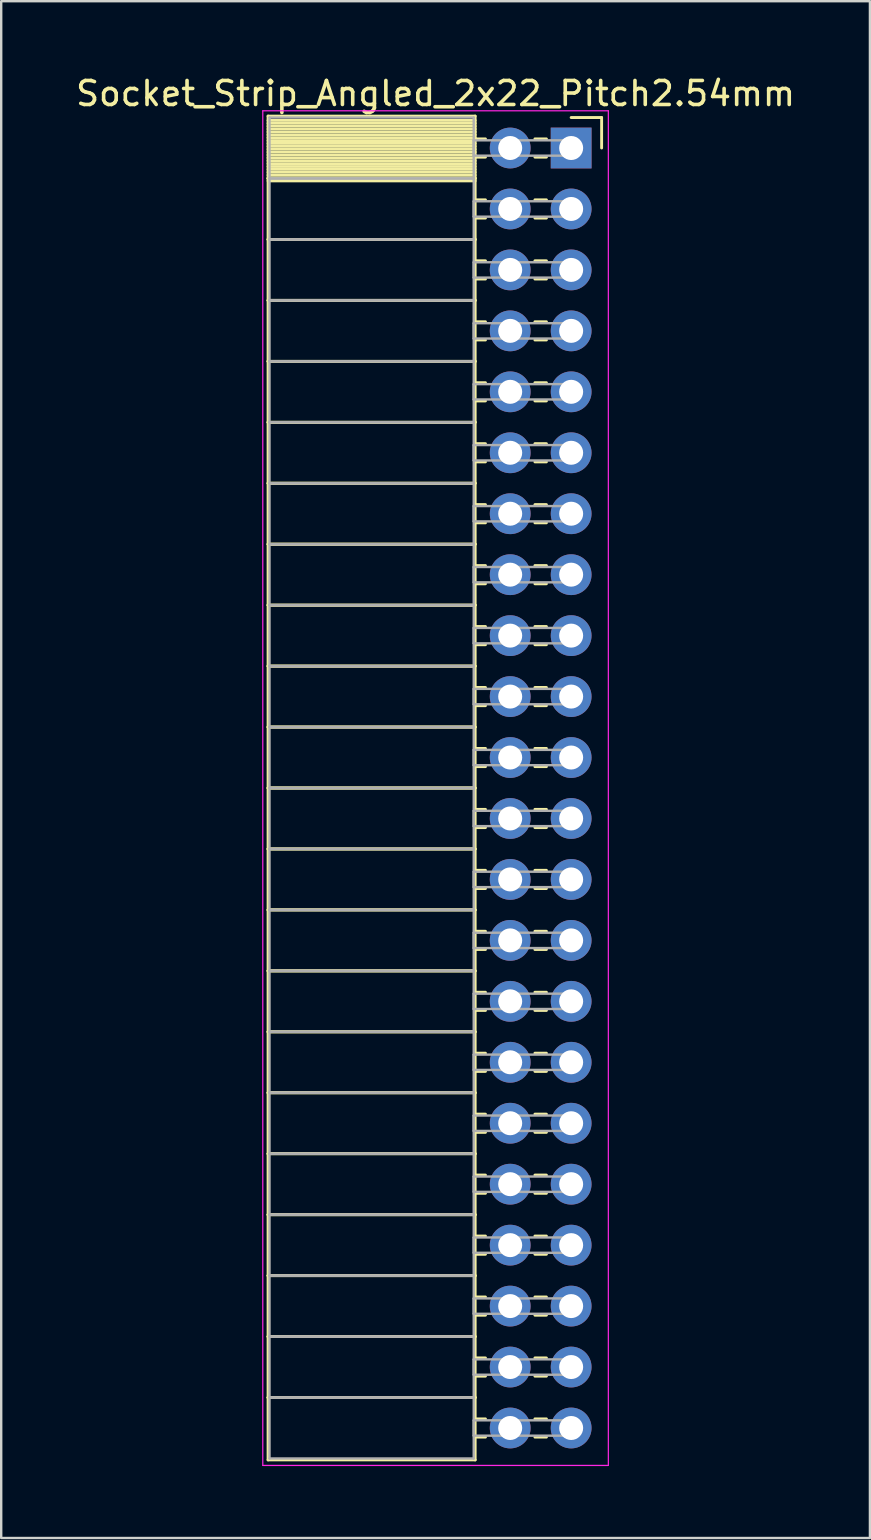
<source format=kicad_pcb>
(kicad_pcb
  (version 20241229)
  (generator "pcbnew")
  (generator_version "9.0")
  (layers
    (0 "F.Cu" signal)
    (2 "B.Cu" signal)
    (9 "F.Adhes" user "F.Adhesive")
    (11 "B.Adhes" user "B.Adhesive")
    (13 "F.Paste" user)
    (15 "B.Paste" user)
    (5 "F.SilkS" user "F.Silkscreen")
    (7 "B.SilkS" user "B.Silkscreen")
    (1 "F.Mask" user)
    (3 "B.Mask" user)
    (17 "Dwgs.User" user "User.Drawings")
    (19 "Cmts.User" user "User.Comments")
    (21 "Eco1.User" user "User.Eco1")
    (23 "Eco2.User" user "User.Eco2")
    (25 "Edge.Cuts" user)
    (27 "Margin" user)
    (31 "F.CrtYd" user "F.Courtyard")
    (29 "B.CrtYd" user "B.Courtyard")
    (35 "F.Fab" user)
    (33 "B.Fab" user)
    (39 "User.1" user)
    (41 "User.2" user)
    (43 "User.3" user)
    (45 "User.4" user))
  (footprint "Socket_Strip_Angled_2x22_Pitch2.54mm"
    (layer "F.Cu")
    (at 20.751 3.118)
    (property "Reference" "Socket_Strip_Angled_2x22_Pitch2.54mm" (at -5.65 -2.27 0) (layer "F.SilkS") (effects (font (size 1 1) (thickness 0.15))))
    (attr through_hole)
    (fp_line (start -12.63 -1.33) (end -4 -1.33) (stroke (width 0.12) (type solid)) (layer "F.SilkS"))
    (fp_line (start -12.63 1.27) (end -12.63 -1.33) (stroke (width 0.12) (type solid)) (layer "F.SilkS"))
    (fp_line (start -12.63 1.27) (end -4 1.27) (stroke (width 0.12) (type solid)) (layer "F.SilkS"))
    (fp_line (start -12.63 3.81) (end -12.63 1.27) (stroke (width 0.12) (type solid)) (layer "F.SilkS"))
    (fp_line (start -12.63 3.81) (end -4 3.81) (stroke (width 0.12) (type solid)) (layer "F.SilkS"))
    (fp_line (start -12.63 6.35) (end -12.63 3.81) (stroke (width 0.12) (type solid)) (layer "F.SilkS"))
    (fp_line (start -12.63 6.35) (end -4 6.35) (stroke (width 0.12) (type solid)) (layer "F.SilkS"))
    (fp_line (start -12.63 8.89) (end -12.63 6.35) (stroke (width 0.12) (type solid)) (layer "F.SilkS"))
    (fp_line (start -12.63 8.89) (end -4 8.89) (stroke (width 0.12) (type solid)) (layer "F.SilkS"))
    (fp_line (start -12.63 11.43) (end -12.63 8.89) (stroke (width 0.12) (type solid)) (layer "F.SilkS"))
    (fp_line (start -12.63 11.43) (end -4 11.43) (stroke (width 0.12) (type solid)) (layer "F.SilkS"))
    (fp_line (start -12.63 13.97) (end -12.63 11.43) (stroke (width 0.12) (type solid)) (layer "F.SilkS"))
    (fp_line (start -12.63 13.97) (end -4 13.97) (stroke (width 0.12) (type solid)) (layer "F.SilkS"))
    (fp_line (start -12.63 16.51) (end -12.63 13.97) (stroke (width 0.12) (type solid)) (layer "F.SilkS"))
    (fp_line (start -12.63 16.51) (end -4 16.51) (stroke (width 0.12) (type solid)) (layer "F.SilkS"))
    (fp_line (start -12.63 19.05) (end -12.63 16.51) (stroke (width 0.12) (type solid)) (layer "F.SilkS"))
    (fp_line (start -12.63 19.05) (end -4 19.05) (stroke (width 0.12) (type solid)) (layer "F.SilkS"))
    (fp_line (start -12.63 21.59) (end -12.63 19.05) (stroke (width 0.12) (type solid)) (layer "F.SilkS"))
    (fp_line (start -12.63 21.59) (end -4 21.59) (stroke (width 0.12) (type solid)) (layer "F.SilkS"))
    (fp_line (start -12.63 24.13) (end -12.63 21.59) (stroke (width 0.12) (type solid)) (layer "F.SilkS"))
    (fp_line (start -12.63 24.13) (end -4 24.13) (stroke (width 0.12) (type solid)) (layer "F.SilkS"))
    (fp_line (start -12.63 26.67) (end -12.63 24.13) (stroke (width 0.12) (type solid)) (layer "F.SilkS"))
    (fp_line (start -12.63 26.67) (end -4 26.67) (stroke (width 0.12) (type solid)) (layer "F.SilkS"))
    (fp_line (start -12.63 29.21) (end -12.63 26.67) (stroke (width 0.12) (type solid)) (layer "F.SilkS"))
    (fp_line (start -12.63 29.21) (end -4 29.21) (stroke (width 0.12) (type solid)) (layer "F.SilkS"))
    (fp_line (start -12.63 31.75) (end -12.63 29.21) (stroke (width 0.12) (type solid)) (layer "F.SilkS"))
    (fp_line (start -12.63 31.75) (end -4 31.75) (stroke (width 0.12) (type solid)) (layer "F.SilkS"))
    (fp_line (start -12.63 34.29) (end -12.63 31.75) (stroke (width 0.12) (type solid)) (layer "F.SilkS"))
    (fp_line (start -12.63 34.29) (end -4 34.29) (stroke (width 0.12) (type solid)) (layer "F.SilkS"))
    (fp_line (start -12.63 36.83) (end -12.63 34.29) (stroke (width 0.12) (type solid)) (layer "F.SilkS"))
    (fp_line (start -12.63 36.83) (end -4 36.83) (stroke (width 0.12) (type solid)) (layer "F.SilkS"))
    (fp_line (start -12.63 39.37) (end -12.63 36.83) (stroke (width 0.12) (type solid)) (layer "F.SilkS"))
    (fp_line (start -12.63 39.37) (end -4 39.37) (stroke (width 0.12) (type solid)) (layer "F.SilkS"))
    (fp_line (start -12.63 41.91) (end -12.63 39.37) (stroke (width 0.12) (type solid)) (layer "F.SilkS"))
    (fp_line (start -12.63 41.91) (end -4 41.91) (stroke (width 0.12) (type solid)) (layer "F.SilkS"))
    (fp_line (start -12.63 44.45) (end -12.63 41.91) (stroke (width 0.12) (type solid)) (layer "F.SilkS"))
    (fp_line (start -12.63 44.45) (end -4 44.45) (stroke (width 0.12) (type solid)) (layer "F.SilkS"))
    (fp_line (start -12.63 46.99) (end -12.63 44.45) (stroke (width 0.12) (type solid)) (layer "F.SilkS"))
    (fp_line (start -12.63 46.99) (end -4 46.99) (stroke (width 0.12) (type solid)) (layer "F.SilkS"))
    (fp_line (start -12.63 49.53) (end -12.63 46.99) (stroke (width 0.12) (type solid)) (layer "F.SilkS"))
    (fp_line (start -12.63 49.53) (end -4 49.53) (stroke (width 0.12) (type solid)) (layer "F.SilkS"))
    (fp_line (start -12.63 52.07) (end -12.63 49.53) (stroke (width 0.12) (type solid)) (layer "F.SilkS"))
    (fp_line (start -12.63 52.07) (end -4 52.07) (stroke (width 0.12) (type solid)) (layer "F.SilkS"))
    (fp_line (start -12.63 54.67) (end -12.63 52.07) (stroke (width 0.12) (type solid)) (layer "F.SilkS"))
    (fp_line (start -4 -1.33) (end -4 1.27) (stroke (width 0.12) (type solid)) (layer "F.SilkS"))
    (fp_line (start -4 -1.15) (end -12.63 -1.15) (stroke (width 0.12) (type solid)) (layer "F.SilkS"))
    (fp_line (start -4 -1.03) (end -12.63 -1.03) (stroke (width 0.12) (type solid)) (layer "F.SilkS"))
    (fp_line (start -4 -0.91) (end -12.63 -0.91) (stroke (width 0.12) (type solid)) (layer "F.SilkS"))
    (fp_line (start -4 -0.79) (end -12.63 -0.79) (stroke (width 0.12) (type solid)) (layer "F.SilkS"))
    (fp_line (start -4 -0.67) (end -12.63 -0.67) (stroke (width 0.12) (type solid)) (layer "F.SilkS"))
    (fp_line (start -4 -0.55) (end -12.63 -0.55) (stroke (width 0.12) (type solid)) (layer "F.SilkS"))
    (fp_line (start -4 -0.43) (end -12.63 -0.43) (stroke (width 0.12) (type solid)) (layer "F.SilkS"))
    (fp_line (start -4 -0.31) (end -12.63 -0.31) (stroke (width 0.12) (type solid)) (layer "F.SilkS"))
    (fp_line (start -4 -0.19) (end -12.63 -0.19) (stroke (width 0.12) (type solid)) (layer "F.SilkS"))
    (fp_line (start -4 -0.07) (end -12.63 -0.07) (stroke (width 0.12) (type solid)) (layer "F.SilkS"))
    (fp_line (start -4 0.05) (end -12.63 0.05) (stroke (width 0.12) (type solid)) (layer "F.SilkS"))
    (fp_line (start -4 0.17) (end -12.63 0.17) (stroke (width 0.12) (type solid)) (layer "F.SilkS"))
    (fp_line (start -4 0.29) (end -12.63 0.29) (stroke (width 0.12) (type solid)) (layer "F.SilkS"))
    (fp_line (start -4 0.41) (end -12.63 0.41) (stroke (width 0.12) (type solid)) (layer "F.SilkS"))
    (fp_line (start -4 0.53) (end -12.63 0.53) (stroke (width 0.12) (type solid)) (layer "F.SilkS"))
    (fp_line (start -4 0.65) (end -12.63 0.65) (stroke (width 0.12) (type solid)) (layer "F.SilkS"))
    (fp_line (start -4 0.77) (end -12.63 0.77) (stroke (width 0.12) (type solid)) (layer "F.SilkS"))
    (fp_line (start -4 0.89) (end -12.63 0.89) (stroke (width 0.12) (type solid)) (layer "F.SilkS"))
    (fp_line (start -4 1.01) (end -12.63 1.01) (stroke (width 0.12) (type solid)) (layer "F.SilkS"))
    (fp_line (start -4 1.13) (end -12.63 1.13) (stroke (width 0.12) (type solid)) (layer "F.SilkS"))
    (fp_line (start -4 1.25) (end -12.63 1.25) (stroke (width 0.12) (type solid)) (layer "F.SilkS"))
    (fp_line (start -4 1.27) (end -12.63 1.27) (stroke (width 0.12) (type solid)) (layer "F.SilkS"))
    (fp_line (start -4 1.27) (end -4 3.81) (stroke (width 0.12) (type solid)) (layer "F.SilkS"))
    (fp_line (start -4 1.37) (end -12.63 1.37) (stroke (width 0.12) (type solid)) (layer "F.SilkS"))
    (fp_line (start -4 3.81) (end -12.63 3.81) (stroke (width 0.12) (type solid)) (layer "F.SilkS"))
    (fp_line (start -4 3.81) (end -4 6.35) (stroke (width 0.12) (type solid)) (layer "F.SilkS"))
    (fp_line (start -4 6.35) (end -12.63 6.35) (stroke (width 0.12) (type solid)) (layer "F.SilkS"))
    (fp_line (start -4 6.35) (end -4 8.89) (stroke (width 0.12) (type solid)) (layer "F.SilkS"))
    (fp_line (start -4 8.89) (end -12.63 8.89) (stroke (width 0.12) (type solid)) (layer "F.SilkS"))
    (fp_line (start -4 8.89) (end -4 11.43) (stroke (width 0.12) (type solid)) (layer "F.SilkS"))
    (fp_line (start -4 11.43) (end -12.63 11.43) (stroke (width 0.12) (type solid)) (layer "F.SilkS"))
    (fp_line (start -4 11.43) (end -4 13.97) (stroke (width 0.12) (type solid)) (layer "F.SilkS"))
    (fp_line (start -4 13.97) (end -12.63 13.97) (stroke (width 0.12) (type solid)) (layer "F.SilkS"))
    (fp_line (start -4 13.97) (end -4 16.51) (stroke (width 0.12) (type solid)) (layer "F.SilkS"))
    (fp_line (start -4 16.51) (end -12.63 16.51) (stroke (width 0.12) (type solid)) (layer "F.SilkS"))
    (fp_line (start -4 16.51) (end -4 19.05) (stroke (width 0.12) (type solid)) (layer "F.SilkS"))
    (fp_line (start -4 19.05) (end -12.63 19.05) (stroke (width 0.12) (type solid)) (layer "F.SilkS"))
    (fp_line (start -4 19.05) (end -4 21.59) (stroke (width 0.12) (type solid)) (layer "F.SilkS"))
    (fp_line (start -4 21.59) (end -12.63 21.59) (stroke (width 0.12) (type solid)) (layer "F.SilkS"))
    (fp_line (start -4 21.59) (end -4 24.13) (stroke (width 0.12) (type solid)) (layer "F.SilkS"))
    (fp_line (start -4 24.13) (end -12.63 24.13) (stroke (width 0.12) (type solid)) (layer "F.SilkS"))
    (fp_line (start -4 24.13) (end -4 26.67) (stroke (width 0.12) (type solid)) (layer "F.SilkS"))
    (fp_line (start -4 26.67) (end -12.63 26.67) (stroke (width 0.12) (type solid)) (layer "F.SilkS"))
    (fp_line (start -4 26.67) (end -4 29.21) (stroke (width 0.12) (type solid)) (layer "F.SilkS"))
    (fp_line (start -4 29.21) (end -12.63 29.21) (stroke (width 0.12) (type solid)) (layer "F.SilkS"))
    (fp_line (start -4 29.21) (end -4 31.75) (stroke (width 0.12) (type solid)) (layer "F.SilkS"))
    (fp_line (start -4 31.75) (end -12.63 31.75) (stroke (width 0.12) (type solid)) (layer "F.SilkS"))
    (fp_line (start -4 31.75) (end -4 34.29) (stroke (width 0.12) (type solid)) (layer "F.SilkS"))
    (fp_line (start -4 34.29) (end -12.63 34.29) (stroke (width 0.12) (type solid)) (layer "F.SilkS"))
    (fp_line (start -4 34.29) (end -4 36.83) (stroke (width 0.12) (type solid)) (layer "F.SilkS"))
    (fp_line (start -4 36.83) (end -12.63 36.83) (stroke (width 0.12) (type solid)) (layer "F.SilkS"))
    (fp_line (start -4 36.83) (end -4 39.37) (stroke (width 0.12) (type solid)) (layer "F.SilkS"))
    (fp_line (start -4 39.37) (end -12.63 39.37) (stroke (width 0.12) (type solid)) (layer "F.SilkS"))
    (fp_line (start -4 39.37) (end -4 41.91) (stroke (width 0.12) (type solid)) (layer "F.SilkS"))
    (fp_line (start -4 41.91) (end -12.63 41.91) (stroke (width 0.12) (type solid)) (layer "F.SilkS"))
    (fp_line (start -4 41.91) (end -4 44.45) (stroke (width 0.12) (type solid)) (layer "F.SilkS"))
    (fp_line (start -4 44.45) (end -12.63 44.45) (stroke (width 0.12) (type solid)) (layer "F.SilkS"))
    (fp_line (start -4 44.45) (end -4 46.99) (stroke (width 0.12) (type solid)) (layer "F.SilkS"))
    (fp_line (start -4 46.99) (end -12.63 46.99) (stroke (width 0.12) (type solid)) (layer "F.SilkS"))
    (fp_line (start -4 46.99) (end -4 49.53) (stroke (width 0.12) (type solid)) (layer "F.SilkS"))
    (fp_line (start -4 49.53) (end -12.63 49.53) (stroke (width 0.12) (type solid)) (layer "F.SilkS"))
    (fp_line (start -4 49.53) (end -4 52.07) (stroke (width 0.12) (type solid)) (layer "F.SilkS"))
    (fp_line (start -4 52.07) (end -12.63 52.07) (stroke (width 0.12) (type solid)) (layer "F.SilkS"))
    (fp_line (start -4 52.07) (end -4 54.67) (stroke (width 0.12) (type solid)) (layer "F.SilkS"))
    (fp_line (start -4 54.67) (end -12.63 54.67) (stroke (width 0.12) (type solid)) (layer "F.SilkS"))
    (fp_line (start -3.57 -0.38) (end -4 -0.38) (stroke (width 0.12) (type solid)) (layer "F.SilkS"))
    (fp_line (start -3.57 0.38) (end -4 0.38) (stroke (width 0.12) (type solid)) (layer "F.SilkS"))
    (fp_line (start -3.57 2.16) (end -4 2.16) (stroke (width 0.12) (type solid)) (layer "F.SilkS"))
    (fp_line (start -3.57 2.92) (end -4 2.92) (stroke (width 0.12) (type solid)) (layer "F.SilkS"))
    (fp_line (start -3.57 4.7) (end -4 4.7) (stroke (width 0.12) (type solid)) (layer "F.SilkS"))
    (fp_line (start -3.57 5.46) (end -4 5.46) (stroke (width 0.12) (type solid)) (layer "F.SilkS"))
    (fp_line (start -3.57 7.24) (end -4 7.24) (stroke (width 0.12) (type solid)) (layer "F.SilkS"))
    (fp_line (start -3.57 8) (end -4 8) (stroke (width 0.12) (type solid)) (layer "F.SilkS"))
    (fp_line (start -3.57 9.78) (end -4 9.78) (stroke (width 0.12) (type solid)) (layer "F.SilkS"))
    (fp_line (start -3.57 10.54) (end -4 10.54) (stroke (width 0.12) (type solid)) (layer "F.SilkS"))
    (fp_line (start -3.57 12.32) (end -4 12.32) (stroke (width 0.12) (type solid)) (layer "F.SilkS"))
    (fp_line (start -3.57 13.08) (end -4 13.08) (stroke (width 0.12) (type solid)) (layer "F.SilkS"))
    (fp_line (start -3.57 14.86) (end -4 14.86) (stroke (width 0.12) (type solid)) (layer "F.SilkS"))
    (fp_line (start -3.57 15.62) (end -4 15.62) (stroke (width 0.12) (type solid)) (layer "F.SilkS"))
    (fp_line (start -3.57 17.4) (end -4 17.4) (stroke (width 0.12) (type solid)) (layer "F.SilkS"))
    (fp_line (start -3.57 18.16) (end -4 18.16) (stroke (width 0.12) (type solid)) (layer "F.SilkS"))
    (fp_line (start -3.57 19.94) (end -4 19.94) (stroke (width 0.12) (type solid)) (layer "F.SilkS"))
    (fp_line (start -3.57 20.7) (end -4 20.7) (stroke (width 0.12) (type solid)) (layer "F.SilkS"))
    (fp_line (start -3.57 22.48) (end -4 22.48) (stroke (width 0.12) (type solid)) (layer "F.SilkS"))
    (fp_line (start -3.57 23.24) (end -4 23.24) (stroke (width 0.12) (type solid)) (layer "F.SilkS"))
    (fp_line (start -3.57 25.02) (end -4 25.02) (stroke (width 0.12) (type solid)) (layer "F.SilkS"))
    (fp_line (start -3.57 25.78) (end -4 25.78) (stroke (width 0.12) (type solid)) (layer "F.SilkS"))
    (fp_line (start -3.57 27.56) (end -4 27.56) (stroke (width 0.12) (type solid)) (layer "F.SilkS"))
    (fp_line (start -3.57 28.32) (end -4 28.32) (stroke (width 0.12) (type solid)) (layer "F.SilkS"))
    (fp_line (start -3.57 30.1) (end -4 30.1) (stroke (width 0.12) (type solid)) (layer "F.SilkS"))
    (fp_line (start -3.57 30.86) (end -4 30.86) (stroke (width 0.12) (type solid)) (layer "F.SilkS"))
    (fp_line (start -3.57 32.64) (end -4 32.64) (stroke (width 0.12) (type solid)) (layer "F.SilkS"))
    (fp_line (start -3.57 33.4) (end -4 33.4) (stroke (width 0.12) (type solid)) (layer "F.SilkS"))
    (fp_line (start -3.57 35.18) (end -4 35.18) (stroke (width 0.12) (type solid)) (layer "F.SilkS"))
    (fp_line (start -3.57 35.94) (end -4 35.94) (stroke (width 0.12) (type solid)) (layer "F.SilkS"))
    (fp_line (start -3.57 37.72) (end -4 37.72) (stroke (width 0.12) (type solid)) (layer "F.SilkS"))
    (fp_line (start -3.57 38.48) (end -4 38.48) (stroke (width 0.12) (type solid)) (layer "F.SilkS"))
    (fp_line (start -3.57 40.26) (end -4 40.26) (stroke (width 0.12) (type solid)) (layer "F.SilkS"))
    (fp_line (start -3.57 41.02) (end -4 41.02) (stroke (width 0.12) (type solid)) (layer "F.SilkS"))
    (fp_line (start -3.57 42.8) (end -4 42.8) (stroke (width 0.12) (type solid)) (layer "F.SilkS"))
    (fp_line (start -3.57 43.56) (end -4 43.56) (stroke (width 0.12) (type solid)) (layer "F.SilkS"))
    (fp_line (start -3.57 45.34) (end -4 45.34) (stroke (width 0.12) (type solid)) (layer "F.SilkS"))
    (fp_line (start -3.57 46.1) (end -4 46.1) (stroke (width 0.12) (type solid)) (layer "F.SilkS"))
    (fp_line (start -3.57 47.88) (end -4 47.88) (stroke (width 0.12) (type solid)) (layer "F.SilkS"))
    (fp_line (start -3.57 48.64) (end -4 48.64) (stroke (width 0.12) (type solid)) (layer "F.SilkS"))
    (fp_line (start -3.57 50.42) (end -4 50.42) (stroke (width 0.12) (type solid)) (layer "F.SilkS"))
    (fp_line (start -3.57 51.18) (end -4 51.18) (stroke (width 0.12) (type solid)) (layer "F.SilkS"))
    (fp_line (start -3.57 52.96) (end -4 52.96) (stroke (width 0.12) (type solid)) (layer "F.SilkS"))
    (fp_line (start -3.57 53.72) (end -4 53.72) (stroke (width 0.12) (type solid)) (layer "F.SilkS"))
    (fp_line (start -1.03 -0.38) (end -1.51 -0.38) (stroke (width 0.12) (type solid)) (layer "F.SilkS"))
    (fp_line (start -1.03 0.38) (end -1.51 0.38) (stroke (width 0.12) (type solid)) (layer "F.SilkS"))
    (fp_line (start -1.03 2.16) (end -1.51 2.16) (stroke (width 0.12) (type solid)) (layer "F.SilkS"))
    (fp_line (start -1.03 2.92) (end -1.51 2.92) (stroke (width 0.12) (type solid)) (layer "F.SilkS"))
    (fp_line (start -1.03 4.7) (end -1.51 4.7) (stroke (width 0.12) (type solid)) (layer "F.SilkS"))
    (fp_line (start -1.03 5.46) (end -1.51 5.46) (stroke (width 0.12) (type solid)) (layer "F.SilkS"))
    (fp_line (start -1.03 7.24) (end -1.51 7.24) (stroke (width 0.12) (type solid)) (layer "F.SilkS"))
    (fp_line (start -1.03 8) (end -1.51 8) (stroke (width 0.12) (type solid)) (layer "F.SilkS"))
    (fp_line (start -1.03 9.78) (end -1.51 9.78) (stroke (width 0.12) (type solid)) (layer "F.SilkS"))
    (fp_line (start -1.03 10.54) (end -1.51 10.54) (stroke (width 0.12) (type solid)) (layer "F.SilkS"))
    (fp_line (start -1.03 12.32) (end -1.51 12.32) (stroke (width 0.12) (type solid)) (layer "F.SilkS"))
    (fp_line (start -1.03 13.08) (end -1.51 13.08) (stroke (width 0.12) (type solid)) (layer "F.SilkS"))
    (fp_line (start -1.03 14.86) (end -1.51 14.86) (stroke (width 0.12) (type solid)) (layer "F.SilkS"))
    (fp_line (start -1.03 15.62) (end -1.51 15.62) (stroke (width 0.12) (type solid)) (layer "F.SilkS"))
    (fp_line (start -1.03 17.4) (end -1.51 17.4) (stroke (width 0.12) (type solid)) (layer "F.SilkS"))
    (fp_line (start -1.03 18.16) (end -1.51 18.16) (stroke (width 0.12) (type solid)) (layer "F.SilkS"))
    (fp_line (start -1.03 19.94) (end -1.51 19.94) (stroke (width 0.12) (type solid)) (layer "F.SilkS"))
    (fp_line (start -1.03 20.7) (end -1.51 20.7) (stroke (width 0.12) (type solid)) (layer "F.SilkS"))
    (fp_line (start -1.03 22.48) (end -1.51 22.48) (stroke (width 0.12) (type solid)) (layer "F.SilkS"))
    (fp_line (start -1.03 23.24) (end -1.51 23.24) (stroke (width 0.12) (type solid)) (layer "F.SilkS"))
    (fp_line (start -1.03 25.02) (end -1.51 25.02) (stroke (width 0.12) (type solid)) (layer "F.SilkS"))
    (fp_line (start -1.03 25.78) (end -1.51 25.78) (stroke (width 0.12) (type solid)) (layer "F.SilkS"))
    (fp_line (start -1.03 27.56) (end -1.51 27.56) (stroke (width 0.12) (type solid)) (layer "F.SilkS"))
    (fp_line (start -1.03 28.32) (end -1.51 28.32) (stroke (width 0.12) (type solid)) (layer "F.SilkS"))
    (fp_line (start -1.03 30.1) (end -1.51 30.1) (stroke (width 0.12) (type solid)) (layer "F.SilkS"))
    (fp_line (start -1.03 30.86) (end -1.51 30.86) (stroke (width 0.12) (type solid)) (layer "F.SilkS"))
    (fp_line (start -1.03 32.64) (end -1.51 32.64) (stroke (width 0.12) (type solid)) (layer "F.SilkS"))
    (fp_line (start -1.03 33.4) (end -1.51 33.4) (stroke (width 0.12) (type solid)) (layer "F.SilkS"))
    (fp_line (start -1.03 35.18) (end -1.51 35.18) (stroke (width 0.12) (type solid)) (layer "F.SilkS"))
    (fp_line (start -1.03 35.94) (end -1.51 35.94) (stroke (width 0.12) (type solid)) (layer "F.SilkS"))
    (fp_line (start -1.03 37.72) (end -1.51 37.72) (stroke (width 0.12) (type solid)) (layer "F.SilkS"))
    (fp_line (start -1.03 38.48) (end -1.51 38.48) (stroke (width 0.12) (type solid)) (layer "F.SilkS"))
    (fp_line (start -1.03 40.26) (end -1.51 40.26) (stroke (width 0.12) (type solid)) (layer "F.SilkS"))
    (fp_line (start -1.03 41.02) (end -1.51 41.02) (stroke (width 0.12) (type solid)) (layer "F.SilkS"))
    (fp_line (start -1.03 42.8) (end -1.51 42.8) (stroke (width 0.12) (type solid)) (layer "F.SilkS"))
    (fp_line (start -1.03 43.56) (end -1.51 43.56) (stroke (width 0.12) (type solid)) (layer "F.SilkS"))
    (fp_line (start -1.03 45.34) (end -1.51 45.34) (stroke (width 0.12) (type solid)) (layer "F.SilkS"))
    (fp_line (start -1.03 46.1) (end -1.51 46.1) (stroke (width 0.12) (type solid)) (layer "F.SilkS"))
    (fp_line (start -1.03 47.88) (end -1.51 47.88) (stroke (width 0.12) (type solid)) (layer "F.SilkS"))
    (fp_line (start -1.03 48.64) (end -1.51 48.64) (stroke (width 0.12) (type solid)) (layer "F.SilkS"))
    (fp_line (start -1.03 50.42) (end -1.51 50.42) (stroke (width 0.12) (type solid)) (layer "F.SilkS"))
    (fp_line (start -1.03 51.18) (end -1.51 51.18) (stroke (width 0.12) (type solid)) (layer "F.SilkS"))
    (fp_line (start -1.03 52.96) (end -1.51 52.96) (stroke (width 0.12) (type solid)) (layer "F.SilkS"))
    (fp_line (start -1.03 53.72) (end -1.51 53.72) (stroke (width 0.12) (type solid)) (layer "F.SilkS"))
    (fp_line (start 0 -1.27) (end 1.27 -1.27) (stroke (width 0.12) (type solid)) (layer "F.SilkS"))
    (fp_line (start 1.27 -1.27) (end 1.27 0) (stroke (width 0.12) (type solid)) (layer "F.SilkS"))
    (fp_line (start -12.85 -1.55) (end 1.55 -1.55) (stroke (width 0.05) (type solid)) (layer "F.CrtYd"))
    (fp_line (start -12.85 54.9) (end -12.85 -1.55) (stroke (width 0.05) (type solid)) (layer "F.CrtYd"))
    (fp_line (start 1.55 -1.55) (end 1.55 54.9) (stroke (width 0.05) (type solid)) (layer "F.CrtYd"))
    (fp_line (start 1.55 54.9) (end -12.85 54.9) (stroke (width 0.05) (type solid)) (layer "F.CrtYd"))
    (fp_line (start -12.57 -1.27) (end -4.06 -1.27) (stroke (width 0.1) (type solid)) (layer "F.Fab"))
    (fp_line (start -12.57 1.27) (end -12.57 -1.27) (stroke (width 0.1) (type solid)) (layer "F.Fab"))
    (fp_line (start -12.57 1.27) (end -4.06 1.27) (stroke (width 0.1) (type solid)) (layer "F.Fab"))
    (fp_line (start -12.57 3.81) (end -12.57 1.27) (stroke (width 0.1) (type solid)) (layer "F.Fab"))
    (fp_line (start -12.57 3.81) (end -4.06 3.81) (stroke (width 0.1) (type solid)) (layer "F.Fab"))
    (fp_line (start -12.57 6.35) (end -12.57 3.81) (stroke (width 0.1) (type solid)) (layer "F.Fab"))
    (fp_line (start -12.57 6.35) (end -4.06 6.35) (stroke (width 0.1) (type solid)) (layer "F.Fab"))
    (fp_line (start -12.57 8.89) (end -12.57 6.35) (stroke (width 0.1) (type solid)) (layer "F.Fab"))
    (fp_line (start -12.57 8.89) (end -4.06 8.89) (stroke (width 0.1) (type solid)) (layer "F.Fab"))
    (fp_line (start -12.57 11.43) (end -12.57 8.89) (stroke (width 0.1) (type solid)) (layer "F.Fab"))
    (fp_line (start -12.57 11.43) (end -4.06 11.43) (stroke (width 0.1) (type solid)) (layer "F.Fab"))
    (fp_line (start -12.57 13.97) (end -12.57 11.43) (stroke (width 0.1) (type solid)) (layer "F.Fab"))
    (fp_line (start -12.57 13.97) (end -4.06 13.97) (stroke (width 0.1) (type solid)) (layer "F.Fab"))
    (fp_line (start -12.57 16.51) (end -12.57 13.97) (stroke (width 0.1) (type solid)) (layer "F.Fab"))
    (fp_line (start -12.57 16.51) (end -4.06 16.51) (stroke (width 0.1) (type solid)) (layer "F.Fab"))
    (fp_line (start -12.57 19.05) (end -12.57 16.51) (stroke (width 0.1) (type solid)) (layer "F.Fab"))
    (fp_line (start -12.57 19.05) (end -4.06 19.05) (stroke (width 0.1) (type solid)) (layer "F.Fab"))
    (fp_line (start -12.57 21.59) (end -12.57 19.05) (stroke (width 0.1) (type solid)) (layer "F.Fab"))
    (fp_line (start -12.57 21.59) (end -4.06 21.59) (stroke (width 0.1) (type solid)) (layer "F.Fab"))
    (fp_line (start -12.57 24.13) (end -12.57 21.59) (stroke (width 0.1) (type solid)) (layer "F.Fab"))
    (fp_line (start -12.57 24.13) (end -4.06 24.13) (stroke (width 0.1) (type solid)) (layer "F.Fab"))
    (fp_line (start -12.57 26.67) (end -12.57 24.13) (stroke (width 0.1) (type solid)) (layer "F.Fab"))
    (fp_line (start -12.57 26.67) (end -4.06 26.67) (stroke (width 0.1) (type solid)) (layer "F.Fab"))
    (fp_line (start -12.57 29.21) (end -12.57 26.67) (stroke (width 0.1) (type solid)) (layer "F.Fab"))
    (fp_line (start -12.57 29.21) (end -4.06 29.21) (stroke (width 0.1) (type solid)) (layer "F.Fab"))
    (fp_line (start -12.57 31.75) (end -12.57 29.21) (stroke (width 0.1) (type solid)) (layer "F.Fab"))
    (fp_line (start -12.57 31.75) (end -4.06 31.75) (stroke (width 0.1) (type solid)) (layer "F.Fab"))
    (fp_line (start -12.57 34.29) (end -12.57 31.75) (stroke (width 0.1) (type solid)) (layer "F.Fab"))
    (fp_line (start -12.57 34.29) (end -4.06 34.29) (stroke (width 0.1) (type solid)) (layer "F.Fab"))
    (fp_line (start -12.57 36.83) (end -12.57 34.29) (stroke (width 0.1) (type solid)) (layer "F.Fab"))
    (fp_line (start -12.57 36.83) (end -4.06 36.83) (stroke (width 0.1) (type solid)) (layer "F.Fab"))
    (fp_line (start -12.57 39.37) (end -12.57 36.83) (stroke (width 0.1) (type solid)) (layer "F.Fab"))
    (fp_line (start -12.57 39.37) (end -4.06 39.37) (stroke (width 0.1) (type solid)) (layer "F.Fab"))
    (fp_line (start -12.57 41.91) (end -12.57 39.37) (stroke (width 0.1) (type solid)) (layer "F.Fab"))
    (fp_line (start -12.57 41.91) (end -4.06 41.91) (stroke (width 0.1) (type solid)) (layer "F.Fab"))
    (fp_line (start -12.57 44.45) (end -12.57 41.91) (stroke (width 0.1) (type solid)) (layer "F.Fab"))
    (fp_line (start -12.57 44.45) (end -4.06 44.45) (stroke (width 0.1) (type solid)) (layer "F.Fab"))
    (fp_line (start -12.57 46.99) (end -12.57 44.45) (stroke (width 0.1) (type solid)) (layer "F.Fab"))
    (fp_line (start -12.57 46.99) (end -4.06 46.99) (stroke (width 0.1) (type solid)) (layer "F.Fab"))
    (fp_line (start -12.57 49.53) (end -12.57 46.99) (stroke (width 0.1) (type solid)) (layer "F.Fab"))
    (fp_line (start -12.57 49.53) (end -4.06 49.53) (stroke (width 0.1) (type solid)) (layer "F.Fab"))
    (fp_line (start -12.57 52.07) (end -12.57 49.53) (stroke (width 0.1) (type solid)) (layer "F.Fab"))
    (fp_line (start -12.57 52.07) (end -4.06 52.07) (stroke (width 0.1) (type solid)) (layer "F.Fab"))
    (fp_line (start -12.57 54.61) (end -12.57 52.07) (stroke (width 0.1) (type solid)) (layer "F.Fab"))
    (fp_line (start -4.06 -1.27) (end -4.06 1.27) (stroke (width 0.1) (type solid)) (layer "F.Fab"))
    (fp_line (start -4.06 -0.32) (end 0 -0.32) (stroke (width 0.1) (type solid)) (layer "F.Fab"))
    (fp_line (start -4.06 0.32) (end -4.06 -0.32) (stroke (width 0.1) (type solid)) (layer "F.Fab"))
    (fp_line (start -4.06 1.27) (end -12.57 1.27) (stroke (width 0.1) (type solid)) (layer "F.Fab"))
    (fp_line (start -4.06 1.27) (end -4.06 3.81) (stroke (width 0.1) (type solid)) (layer "F.Fab"))
    (fp_line (start -4.06 2.22) (end 0 2.22) (stroke (width 0.1) (type solid)) (layer "F.Fab"))
    (fp_line (start -4.06 2.86) (end -4.06 2.22) (stroke (width 0.1) (type solid)) (layer "F.Fab"))
    (fp_line (start -4.06 3.81) (end -12.57 3.81) (stroke (width 0.1) (type solid)) (layer "F.Fab"))
    (fp_line (start -4.06 3.81) (end -4.06 6.35) (stroke (width 0.1) (type solid)) (layer "F.Fab"))
    (fp_line (start -4.06 4.76) (end 0 4.76) (stroke (width 0.1) (type solid)) (layer "F.Fab"))
    (fp_line (start -4.06 5.4) (end -4.06 4.76) (stroke (width 0.1) (type solid)) (layer "F.Fab"))
    (fp_line (start -4.06 6.35) (end -12.57 6.35) (stroke (width 0.1) (type solid)) (layer "F.Fab"))
    (fp_line (start -4.06 6.35) (end -4.06 8.89) (stroke (width 0.1) (type solid)) (layer "F.Fab"))
    (fp_line (start -4.06 7.3) (end 0 7.3) (stroke (width 0.1) (type solid)) (layer "F.Fab"))
    (fp_line (start -4.06 7.94) (end -4.06 7.3) (stroke (width 0.1) (type solid)) (layer "F.Fab"))
    (fp_line (start -4.06 8.89) (end -12.57 8.89) (stroke (width 0.1) (type solid)) (layer "F.Fab"))
    (fp_line (start -4.06 8.89) (end -4.06 11.43) (stroke (width 0.1) (type solid)) (layer "F.Fab"))
    (fp_line (start -4.06 9.84) (end 0 9.84) (stroke (width 0.1) (type solid)) (layer "F.Fab"))
    (fp_line (start -4.06 10.48) (end -4.06 9.84) (stroke (width 0.1) (type solid)) (layer "F.Fab"))
    (fp_line (start -4.06 11.43) (end -12.57 11.43) (stroke (width 0.1) (type solid)) (layer "F.Fab"))
    (fp_line (start -4.06 11.43) (end -4.06 13.97) (stroke (width 0.1) (type solid)) (layer "F.Fab"))
    (fp_line (start -4.06 12.38) (end 0 12.38) (stroke (width 0.1) (type solid)) (layer "F.Fab"))
    (fp_line (start -4.06 13.02) (end -4.06 12.38) (stroke (width 0.1) (type solid)) (layer "F.Fab"))
    (fp_line (start -4.06 13.97) (end -12.57 13.97) (stroke (width 0.1) (type solid)) (layer "F.Fab"))
    (fp_line (start -4.06 13.97) (end -4.06 16.51) (stroke (width 0.1) (type solid)) (layer "F.Fab"))
    (fp_line (start -4.06 14.92) (end 0 14.92) (stroke (width 0.1) (type solid)) (layer "F.Fab"))
    (fp_line (start -4.06 15.56) (end -4.06 14.92) (stroke (width 0.1) (type solid)) (layer "F.Fab"))
    (fp_line (start -4.06 16.51) (end -12.57 16.51) (stroke (width 0.1) (type solid)) (layer "F.Fab"))
    (fp_line (start -4.06 16.51) (end -4.06 19.05) (stroke (width 0.1) (type solid)) (layer "F.Fab"))
    (fp_line (start -4.06 17.46) (end 0 17.46) (stroke (width 0.1) (type solid)) (layer "F.Fab"))
    (fp_line (start -4.06 18.1) (end -4.06 17.46) (stroke (width 0.1) (type solid)) (layer "F.Fab"))
    (fp_line (start -4.06 19.05) (end -12.57 19.05) (stroke (width 0.1) (type solid)) (layer "F.Fab"))
    (fp_line (start -4.06 19.05) (end -4.06 21.59) (stroke (width 0.1) (type solid)) (layer "F.Fab"))
    (fp_line (start -4.06 20) (end 0 20) (stroke (width 0.1) (type solid)) (layer "F.Fab"))
    (fp_line (start -4.06 20.64) (end -4.06 20) (stroke (width 0.1) (type solid)) (layer "F.Fab"))
    (fp_line (start -4.06 21.59) (end -12.57 21.59) (stroke (width 0.1) (type solid)) (layer "F.Fab"))
    (fp_line (start -4.06 21.59) (end -4.06 24.13) (stroke (width 0.1) (type solid)) (layer "F.Fab"))
    (fp_line (start -4.06 22.54) (end 0 22.54) (stroke (width 0.1) (type solid)) (layer "F.Fab"))
    (fp_line (start -4.06 23.18) (end -4.06 22.54) (stroke (width 0.1) (type solid)) (layer "F.Fab"))
    (fp_line (start -4.06 24.13) (end -12.57 24.13) (stroke (width 0.1) (type solid)) (layer "F.Fab"))
    (fp_line (start -4.06 24.13) (end -4.06 26.67) (stroke (width 0.1) (type solid)) (layer "F.Fab"))
    (fp_line (start -4.06 25.08) (end 0 25.08) (stroke (width 0.1) (type solid)) (layer "F.Fab"))
    (fp_line (start -4.06 25.72) (end -4.06 25.08) (stroke (width 0.1) (type solid)) (layer "F.Fab"))
    (fp_line (start -4.06 26.67) (end -12.57 26.67) (stroke (width 0.1) (type solid)) (layer "F.Fab"))
    (fp_line (start -4.06 26.67) (end -4.06 29.21) (stroke (width 0.1) (type solid)) (layer "F.Fab"))
    (fp_line (start -4.06 27.62) (end 0 27.62) (stroke (width 0.1) (type solid)) (layer "F.Fab"))
    (fp_line (start -4.06 28.26) (end -4.06 27.62) (stroke (width 0.1) (type solid)) (layer "F.Fab"))
    (fp_line (start -4.06 29.21) (end -12.57 29.21) (stroke (width 0.1) (type solid)) (layer "F.Fab"))
    (fp_line (start -4.06 29.21) (end -4.06 31.75) (stroke (width 0.1) (type solid)) (layer "F.Fab"))
    (fp_line (start -4.06 30.16) (end 0 30.16) (stroke (width 0.1) (type solid)) (layer "F.Fab"))
    (fp_line (start -4.06 30.8) (end -4.06 30.16) (stroke (width 0.1) (type solid)) (layer "F.Fab"))
    (fp_line (start -4.06 31.75) (end -12.57 31.75) (stroke (width 0.1) (type solid)) (layer "F.Fab"))
    (fp_line (start -4.06 31.75) (end -4.06 34.29) (stroke (width 0.1) (type solid)) (layer "F.Fab"))
    (fp_line (start -4.06 32.7) (end 0 32.7) (stroke (width 0.1) (type solid)) (layer "F.Fab"))
    (fp_line (start -4.06 33.34) (end -4.06 32.7) (stroke (width 0.1) (type solid)) (layer "F.Fab"))
    (fp_line (start -4.06 34.29) (end -12.57 34.29) (stroke (width 0.1) (type solid)) (layer "F.Fab"))
    (fp_line (start -4.06 34.29) (end -4.06 36.83) (stroke (width 0.1) (type solid)) (layer "F.Fab"))
    (fp_line (start -4.06 35.24) (end 0 35.24) (stroke (width 0.1) (type solid)) (layer "F.Fab"))
    (fp_line (start -4.06 35.88) (end -4.06 35.24) (stroke (width 0.1) (type solid)) (layer "F.Fab"))
    (fp_line (start -4.06 36.83) (end -12.57 36.83) (stroke (width 0.1) (type solid)) (layer "F.Fab"))
    (fp_line (start -4.06 36.83) (end -4.06 39.37) (stroke (width 0.1) (type solid)) (layer "F.Fab"))
    (fp_line (start -4.06 37.78) (end 0 37.78) (stroke (width 0.1) (type solid)) (layer "F.Fab"))
    (fp_line (start -4.06 38.42) (end -4.06 37.78) (stroke (width 0.1) (type solid)) (layer "F.Fab"))
    (fp_line (start -4.06 39.37) (end -12.57 39.37) (stroke (width 0.1) (type solid)) (layer "F.Fab"))
    (fp_line (start -4.06 39.37) (end -4.06 41.91) (stroke (width 0.1) (type solid)) (layer "F.Fab"))
    (fp_line (start -4.06 40.32) (end 0 40.32) (stroke (width 0.1) (type solid)) (layer "F.Fab"))
    (fp_line (start -4.06 40.96) (end -4.06 40.32) (stroke (width 0.1) (type solid)) (layer "F.Fab"))
    (fp_line (start -4.06 41.91) (end -12.57 41.91) (stroke (width 0.1) (type solid)) (layer "F.Fab"))
    (fp_line (start -4.06 41.91) (end -4.06 44.45) (stroke (width 0.1) (type solid)) (layer "F.Fab"))
    (fp_line (start -4.06 42.86) (end 0 42.86) (stroke (width 0.1) (type solid)) (layer "F.Fab"))
    (fp_line (start -4.06 43.5) (end -4.06 42.86) (stroke (width 0.1) (type solid)) (layer "F.Fab"))
    (fp_line (start -4.06 44.45) (end -12.57 44.45) (stroke (width 0.1) (type solid)) (layer "F.Fab"))
    (fp_line (start -4.06 44.45) (end -4.06 46.99) (stroke (width 0.1) (type solid)) (layer "F.Fab"))
    (fp_line (start -4.06 45.4) (end 0 45.4) (stroke (width 0.1) (type solid)) (layer "F.Fab"))
    (fp_line (start -4.06 46.04) (end -4.06 45.4) (stroke (width 0.1) (type solid)) (layer "F.Fab"))
    (fp_line (start -4.06 46.99) (end -12.57 46.99) (stroke (width 0.1) (type solid)) (layer "F.Fab"))
    (fp_line (start -4.06 46.99) (end -4.06 49.53) (stroke (width 0.1) (type solid)) (layer "F.Fab"))
    (fp_line (start -4.06 47.94) (end 0 47.94) (stroke (width 0.1) (type solid)) (layer "F.Fab"))
    (fp_line (start -4.06 48.58) (end -4.06 47.94) (stroke (width 0.1) (type solid)) (layer "F.Fab"))
    (fp_line (start -4.06 49.53) (end -12.57 49.53) (stroke (width 0.1) (type solid)) (layer "F.Fab"))
    (fp_line (start -4.06 49.53) (end -4.06 52.07) (stroke (width 0.1) (type solid)) (layer "F.Fab"))
    (fp_line (start -4.06 50.48) (end 0 50.48) (stroke (width 0.1) (type solid)) (layer "F.Fab"))
    (fp_line (start -4.06 51.12) (end -4.06 50.48) (stroke (width 0.1) (type solid)) (layer "F.Fab"))
    (fp_line (start -4.06 52.07) (end -12.57 52.07) (stroke (width 0.1) (type solid)) (layer "F.Fab"))
    (fp_line (start -4.06 52.07) (end -4.06 54.61) (stroke (width 0.1) (type solid)) (layer "F.Fab"))
    (fp_line (start -4.06 53.02) (end 0 53.02) (stroke (width 0.1) (type solid)) (layer "F.Fab"))
    (fp_line (start -4.06 53.66) (end -4.06 53.02) (stroke (width 0.1) (type solid)) (layer "F.Fab"))
    (fp_line (start -4.06 54.61) (end -12.57 54.61) (stroke (width 0.1) (type solid)) (layer "F.Fab"))
    (fp_line (start 0 -0.32) (end 0 0.32) (stroke (width 0.1) (type solid)) (layer "F.Fab"))
    (fp_line (start 0 0.32) (end -4.06 0.32) (stroke (width 0.1) (type solid)) (layer "F.Fab"))
    (fp_line (start 0 2.22) (end 0 2.86) (stroke (width 0.1) (type solid)) (layer "F.Fab"))
    (fp_line (start 0 2.86) (end -4.06 2.86) (stroke (width 0.1) (type solid)) (layer "F.Fab"))
    (fp_line (start 0 4.76) (end 0 5.4) (stroke (width 0.1) (type solid)) (layer "F.Fab"))
    (fp_line (start 0 5.4) (end -4.06 5.4) (stroke (width 0.1) (type solid)) (layer "F.Fab"))
    (fp_line (start 0 7.3) (end 0 7.94) (stroke (width 0.1) (type solid)) (layer "F.Fab"))
    (fp_line (start 0 7.94) (end -4.06 7.94) (stroke (width 0.1) (type solid)) (layer "F.Fab"))
    (fp_line (start 0 9.84) (end 0 10.48) (stroke (width 0.1) (type solid)) (layer "F.Fab"))
    (fp_line (start 0 10.48) (end -4.06 10.48) (stroke (width 0.1) (type solid)) (layer "F.Fab"))
    (fp_line (start 0 12.38) (end 0 13.02) (stroke (width 0.1) (type solid)) (layer "F.Fab"))
    (fp_line (start 0 13.02) (end -4.06 13.02) (stroke (width 0.1) (type solid)) (layer "F.Fab"))
    (fp_line (start 0 14.92) (end 0 15.56) (stroke (width 0.1) (type solid)) (layer "F.Fab"))
    (fp_line (start 0 15.56) (end -4.06 15.56) (stroke (width 0.1) (type solid)) (layer "F.Fab"))
    (fp_line (start 0 17.46) (end 0 18.1) (stroke (width 0.1) (type solid)) (layer "F.Fab"))
    (fp_line (start 0 18.1) (end -4.06 18.1) (stroke (width 0.1) (type solid)) (layer "F.Fab"))
    (fp_line (start 0 20) (end 0 20.64) (stroke (width 0.1) (type solid)) (layer "F.Fab"))
    (fp_line (start 0 20.64) (end -4.06 20.64) (stroke (width 0.1) (type solid)) (layer "F.Fab"))
    (fp_line (start 0 22.54) (end 0 23.18) (stroke (width 0.1) (type solid)) (layer "F.Fab"))
    (fp_line (start 0 23.18) (end -4.06 23.18) (stroke (width 0.1) (type solid)) (layer "F.Fab"))
    (fp_line (start 0 25.08) (end 0 25.72) (stroke (width 0.1) (type solid)) (layer "F.Fab"))
    (fp_line (start 0 25.72) (end -4.06 25.72) (stroke (width 0.1) (type solid)) (layer "F.Fab"))
    (fp_line (start 0 27.62) (end 0 28.26) (stroke (width 0.1) (type solid)) (layer "F.Fab"))
    (fp_line (start 0 28.26) (end -4.06 28.26) (stroke (width 0.1) (type solid)) (layer "F.Fab"))
    (fp_line (start 0 30.16) (end 0 30.8) (stroke (width 0.1) (type solid)) (layer "F.Fab"))
    (fp_line (start 0 30.8) (end -4.06 30.8) (stroke (width 0.1) (type solid)) (layer "F.Fab"))
    (fp_line (start 0 32.7) (end 0 33.34) (stroke (width 0.1) (type solid)) (layer "F.Fab"))
    (fp_line (start 0 33.34) (end -4.06 33.34) (stroke (width 0.1) (type solid)) (layer "F.Fab"))
    (fp_line (start 0 35.24) (end 0 35.88) (stroke (width 0.1) (type solid)) (layer "F.Fab"))
    (fp_line (start 0 35.88) (end -4.06 35.88) (stroke (width 0.1) (type solid)) (layer "F.Fab"))
    (fp_line (start 0 37.78) (end 0 38.42) (stroke (width 0.1) (type solid)) (layer "F.Fab"))
    (fp_line (start 0 38.42) (end -4.06 38.42) (stroke (width 0.1) (type solid)) (layer "F.Fab"))
    (fp_line (start 0 40.32) (end 0 40.96) (stroke (width 0.1) (type solid)) (layer "F.Fab"))
    (fp_line (start 0 40.96) (end -4.06 40.96) (stroke (width 0.1) (type solid)) (layer "F.Fab"))
    (fp_line (start 0 42.86) (end 0 43.5) (stroke (width 0.1) (type solid)) (layer "F.Fab"))
    (fp_line (start 0 43.5) (end -4.06 43.5) (stroke (width 0.1) (type solid)) (layer "F.Fab"))
    (fp_line (start 0 45.4) (end 0 46.04) (stroke (width 0.1) (type solid)) (layer "F.Fab"))
    (fp_line (start 0 46.04) (end -4.06 46.04) (stroke (width 0.1) (type solid)) (layer "F.Fab"))
    (fp_line (start 0 47.94) (end 0 48.58) (stroke (width 0.1) (type solid)) (layer "F.Fab"))
    (fp_line (start 0 48.58) (end -4.06 48.58) (stroke (width 0.1) (type solid)) (layer "F.Fab"))
    (fp_line (start 0 50.48) (end 0 51.12) (stroke (width 0.1) (type solid)) (layer "F.Fab"))
    (fp_line (start 0 51.12) (end -4.06 51.12) (stroke (width 0.1) (type solid)) (layer "F.Fab"))
    (fp_line (start 0 53.02) (end 0 53.66) (stroke (width 0.1) (type solid)) (layer "F.Fab"))
    (fp_line (start 0 53.66) (end -4.06 53.66) (stroke (width 0.1) (type solid)) (layer "F.Fab"))
    (pad "1" thru_hole rect (at 0 0) (size 1.7 1.7) (drill 1) (layers "*.Cu" "*.Mask"))
    (pad "2" thru_hole oval (at -2.54 0) (size 1.7 1.7) (drill 1) (layers "*.Cu" "*.Mask"))
    (pad "3" thru_hole oval (at 0 2.54) (size 1.7 1.7) (drill 1) (layers "*.Cu" "*.Mask"))
    (pad "4" thru_hole oval (at -2.54 2.54) (size 1.7 1.7) (drill 1) (layers "*.Cu" "*.Mask"))
    (pad "5" thru_hole oval (at 0 5.08) (size 1.7 1.7) (drill 1) (layers "*.Cu" "*.Mask"))
    (pad "6" thru_hole oval (at -2.54 5.08) (size 1.7 1.7) (drill 1) (layers "*.Cu" "*.Mask"))
    (pad "7" thru_hole oval (at 0 7.62) (size 1.7 1.7) (drill 1) (layers "*.Cu" "*.Mask"))
    (pad "8" thru_hole oval (at -2.54 7.62) (size 1.7 1.7) (drill 1) (layers "*.Cu" "*.Mask"))
    (pad "9" thru_hole oval (at 0 10.16) (size 1.7 1.7) (drill 1) (layers "*.Cu" "*.Mask"))
    (pad "10" thru_hole oval (at -2.54 10.16) (size 1.7 1.7) (drill 1) (layers "*.Cu" "*.Mask"))
    (pad "11" thru_hole oval (at 0 12.7) (size 1.7 1.7) (drill 1) (layers "*.Cu" "*.Mask"))
    (pad "12" thru_hole oval (at -2.54 12.7) (size 1.7 1.7) (drill 1) (layers "*.Cu" "*.Mask"))
    (pad "13" thru_hole oval (at 0 15.24) (size 1.7 1.7) (drill 1) (layers "*.Cu" "*.Mask"))
    (pad "14" thru_hole oval (at -2.54 15.24) (size 1.7 1.7) (drill 1) (layers "*.Cu" "*.Mask"))
    (pad "15" thru_hole oval (at 0 17.78) (size 1.7 1.7) (drill 1) (layers "*.Cu" "*.Mask"))
    (pad "16" thru_hole oval (at -2.54 17.78) (size 1.7 1.7) (drill 1) (layers "*.Cu" "*.Mask"))
    (pad "17" thru_hole oval (at 0 20.32) (size 1.7 1.7) (drill 1) (layers "*.Cu" "*.Mask"))
    (pad "18" thru_hole oval (at -2.54 20.32) (size 1.7 1.7) (drill 1) (layers "*.Cu" "*.Mask"))
    (pad "19" thru_hole oval (at 0 22.86) (size 1.7 1.7) (drill 1) (layers "*.Cu" "*.Mask"))
    (pad "20" thru_hole oval (at -2.54 22.86) (size 1.7 1.7) (drill 1) (layers "*.Cu" "*.Mask"))
    (pad "21" thru_hole oval (at 0 25.4) (size 1.7 1.7) (drill 1) (layers "*.Cu" "*.Mask"))
    (pad "22" thru_hole oval (at -2.54 25.4) (size 1.7 1.7) (drill 1) (layers "*.Cu" "*.Mask"))
    (pad "23" thru_hole oval (at 0 27.94) (size 1.7 1.7) (drill 1) (layers "*.Cu" "*.Mask"))
    (pad "24" thru_hole oval (at -2.54 27.94) (size 1.7 1.7) (drill 1) (layers "*.Cu" "*.Mask"))
    (pad "25" thru_hole oval (at 0 30.48) (size 1.7 1.7) (drill 1) (layers "*.Cu" "*.Mask"))
    (pad "26" thru_hole oval (at -2.54 30.48) (size 1.7 1.7) (drill 1) (layers "*.Cu" "*.Mask"))
    (pad "27" thru_hole oval (at 0 33.02) (size 1.7 1.7) (drill 1) (layers "*.Cu" "*.Mask"))
    (pad "28" thru_hole oval (at -2.54 33.02) (size 1.7 1.7) (drill 1) (layers "*.Cu" "*.Mask"))
    (pad "29" thru_hole oval (at 0 35.56) (size 1.7 1.7) (drill 1) (layers "*.Cu" "*.Mask"))
    (pad "30" thru_hole oval (at -2.54 35.56) (size 1.7 1.7) (drill 1) (layers "*.Cu" "*.Mask"))
    (pad "31" thru_hole oval (at 0 38.1) (size 1.7 1.7) (drill 1) (layers "*.Cu" "*.Mask"))
    (pad "32" thru_hole oval (at -2.54 38.1) (size 1.7 1.7) (drill 1) (layers "*.Cu" "*.Mask"))
    (pad "33" thru_hole oval (at 0 40.64) (size 1.7 1.7) (drill 1) (layers "*.Cu" "*.Mask"))
    (pad "34" thru_hole oval (at -2.54 40.64) (size 1.7 1.7) (drill 1) (layers "*.Cu" "*.Mask"))
    (pad "35" thru_hole oval (at 0 43.18) (size 1.7 1.7) (drill 1) (layers "*.Cu" "*.Mask"))
    (pad "36" thru_hole oval (at -2.54 43.18) (size 1.7 1.7) (drill 1) (layers "*.Cu" "*.Mask"))
    (pad "37" thru_hole oval (at 0 45.72) (size 1.7 1.7) (drill 1) (layers "*.Cu" "*.Mask"))
    (pad "38" thru_hole oval (at -2.54 45.72) (size 1.7 1.7) (drill 1) (layers "*.Cu" "*.Mask"))
    (pad "39" thru_hole oval (at 0 48.26) (size 1.7 1.7) (drill 1) (layers "*.Cu" "*.Mask"))
    (pad "40" thru_hole oval (at -2.54 48.26) (size 1.7 1.7) (drill 1) (layers "*.Cu" "*.Mask"))
    (pad "41" thru_hole oval (at 0 50.8) (size 1.7 1.7) (drill 1) (layers "*.Cu" "*.Mask"))
    (pad "42" thru_hole oval (at -2.54 50.8) (size 1.7 1.7) (drill 1) (layers "*.Cu" "*.Mask"))
    (pad "43" thru_hole oval (at 0 53.34) (size 1.7 1.7) (drill 1) (layers "*.Cu" "*.Mask"))
    (pad "44" thru_hole oval (at -2.54 53.34) (size 1.7 1.7) (drill 1) (layers "*.Cu" "*.Mask")))
  (gr_rect
    (start -3 -3)
    (end 33.202 61.043)
    (stroke (width 0.1) (type default))
    (fill no)
    (layer "Edge.Cuts")))
</source>
